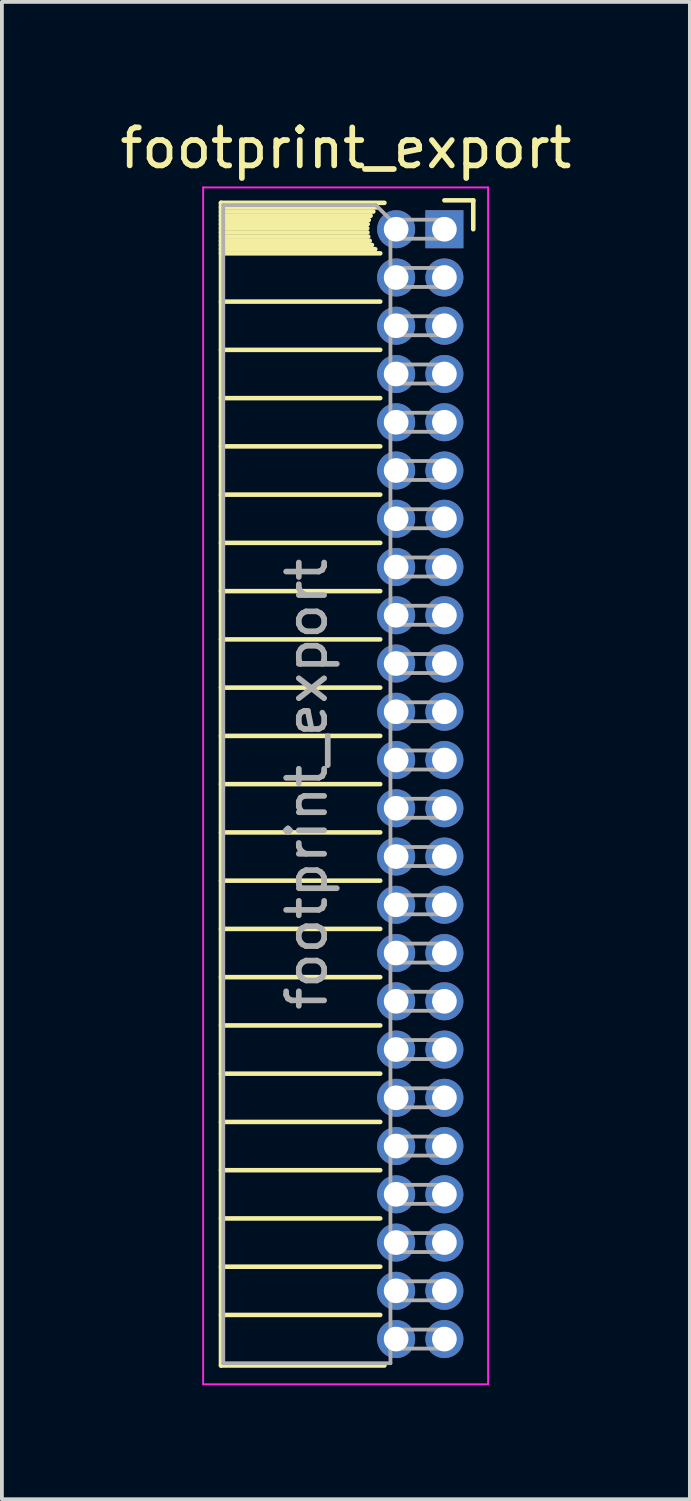
<source format=kicad_pcb>
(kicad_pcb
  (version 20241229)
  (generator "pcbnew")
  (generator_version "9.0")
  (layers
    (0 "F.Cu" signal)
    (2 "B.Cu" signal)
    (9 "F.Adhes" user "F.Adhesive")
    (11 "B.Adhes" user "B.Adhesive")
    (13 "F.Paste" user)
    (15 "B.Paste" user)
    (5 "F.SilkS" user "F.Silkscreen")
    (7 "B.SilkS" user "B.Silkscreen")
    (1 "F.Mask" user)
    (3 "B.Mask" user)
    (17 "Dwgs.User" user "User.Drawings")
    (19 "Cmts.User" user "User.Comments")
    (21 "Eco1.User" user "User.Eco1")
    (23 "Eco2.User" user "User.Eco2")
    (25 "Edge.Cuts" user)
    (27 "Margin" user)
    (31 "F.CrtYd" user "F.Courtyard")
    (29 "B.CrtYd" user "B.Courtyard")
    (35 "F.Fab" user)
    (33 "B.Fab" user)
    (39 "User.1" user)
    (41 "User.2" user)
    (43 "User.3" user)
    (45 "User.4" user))
  (footprint "footprint_export"
    (layer "F.Cu")
    (at 8.646 2.983)
    (property "Reference" "footprint_export" (at -2.592 -2.135 0) (layer "F.SilkS") (effects (font (size 1 1) (thickness 0.15))))
    (attr through_hole)
    (fp_line (start -5.88 -0.695) (end -5.88 29.905) (stroke (width 0.12) (type solid)) (layer "F.SilkS"))
    (fp_line (start -5.88 -0.695) (end -1.578 -0.695) (stroke (width 0.12) (type solid)) (layer "F.SilkS"))
    (fp_line (start -5.88 -0.575) (end -1.767 -0.575) (stroke (width 0.12) (type solid)) (layer "F.SilkS"))
    (fp_line (start -5.88 -0.465) (end -1.871 -0.465) (stroke (width 0.12) (type solid)) (layer "F.SilkS"))
    (fp_line (start -5.88 -0.355) (end -1.942 -0.355) (stroke (width 0.12) (type solid)) (layer "F.SilkS"))
    (fp_line (start -5.88 -0.245) (end -1.989 -0.245) (stroke (width 0.12) (type solid)) (layer "F.SilkS"))
    (fp_line (start -5.88 -0.135) (end -2.018 -0.135) (stroke (width 0.12) (type solid)) (layer "F.SilkS"))
    (fp_line (start -5.88 -0.025) (end -2.03 -0.025) (stroke (width 0.12) (type solid)) (layer "F.SilkS"))
    (fp_line (start -5.88 0.085) (end -2.025 0.085) (stroke (width 0.12) (type solid)) (layer "F.SilkS"))
    (fp_line (start -5.88 0.195) (end -2.005 0.195) (stroke (width 0.12) (type solid)) (layer "F.SilkS"))
    (fp_line (start -5.88 0.305) (end -1.966 0.305) (stroke (width 0.12) (type solid)) (layer "F.SilkS"))
    (fp_line (start -5.88 0.415) (end -1.907 0.415) (stroke (width 0.12) (type solid)) (layer "F.SilkS"))
    (fp_line (start -5.88 0.525) (end -1.82 0.525) (stroke (width 0.12) (type solid)) (layer "F.SilkS"))
    (fp_line (start -5.88 0.635) (end -1.688 0.635) (stroke (width 0.12) (type solid)) (layer "F.SilkS"))
    (fp_line (start -5.88 1.905) (end -1.688 1.905) (stroke (width 0.12) (type solid)) (layer "F.SilkS"))
    (fp_line (start -5.88 3.175) (end -1.688 3.175) (stroke (width 0.12) (type solid)) (layer "F.SilkS"))
    (fp_line (start -5.88 4.445) (end -1.688 4.445) (stroke (width 0.12) (type solid)) (layer "F.SilkS"))
    (fp_line (start -5.88 5.715) (end -1.688 5.715) (stroke (width 0.12) (type solid)) (layer "F.SilkS"))
    (fp_line (start -5.88 6.985) (end -1.688 6.985) (stroke (width 0.12) (type solid)) (layer "F.SilkS"))
    (fp_line (start -5.88 8.255) (end -1.688 8.255) (stroke (width 0.12) (type solid)) (layer "F.SilkS"))
    (fp_line (start -5.88 9.525) (end -1.688 9.525) (stroke (width 0.12) (type solid)) (layer "F.SilkS"))
    (fp_line (start -5.88 10.795) (end -1.688 10.795) (stroke (width 0.12) (type solid)) (layer "F.SilkS"))
    (fp_line (start -5.88 12.065) (end -1.688 12.065) (stroke (width 0.12) (type solid)) (layer "F.SilkS"))
    (fp_line (start -5.88 13.335) (end -1.688 13.335) (stroke (width 0.12) (type solid)) (layer "F.SilkS"))
    (fp_line (start -5.88 14.605) (end -1.688 14.605) (stroke (width 0.12) (type solid)) (layer "F.SilkS"))
    (fp_line (start -5.88 15.875) (end -1.688 15.875) (stroke (width 0.12) (type solid)) (layer "F.SilkS"))
    (fp_line (start -5.88 17.145) (end -1.688 17.145) (stroke (width 0.12) (type solid)) (layer "F.SilkS"))
    (fp_line (start -5.88 18.415) (end -1.688 18.415) (stroke (width 0.12) (type solid)) (layer "F.SilkS"))
    (fp_line (start -5.88 19.685) (end -1.688 19.685) (stroke (width 0.12) (type solid)) (layer "F.SilkS"))
    (fp_line (start -5.88 20.955) (end -1.688 20.955) (stroke (width 0.12) (type solid)) (layer "F.SilkS"))
    (fp_line (start -5.88 22.225) (end -1.688 22.225) (stroke (width 0.12) (type solid)) (layer "F.SilkS"))
    (fp_line (start -5.88 23.495) (end -1.688 23.495) (stroke (width 0.12) (type solid)) (layer "F.SilkS"))
    (fp_line (start -5.88 24.765) (end -1.688 24.765) (stroke (width 0.12) (type solid)) (layer "F.SilkS"))
    (fp_line (start -5.88 26.035) (end -1.688 26.035) (stroke (width 0.12) (type solid)) (layer "F.SilkS"))
    (fp_line (start -5.88 27.305) (end -1.688 27.305) (stroke (width 0.12) (type solid)) (layer "F.SilkS"))
    (fp_line (start -5.88 28.575) (end -1.688 28.575) (stroke (width 0.12) (type solid)) (layer "F.SilkS"))
    (fp_line (start -5.88 29.905) (end -1.578 29.905) (stroke (width 0.12) (type solid)) (layer "F.SilkS"))
    (fp_line (start 0 -0.76) (end 0.76 -0.76) (stroke (width 0.12) (type solid)) (layer "F.SilkS"))
    (fp_line (start 0.76 -0.76) (end 0.76 0) (stroke (width 0.12) (type solid)) (layer "F.SilkS"))
    (fp_line (start -6.35 -1.1) (end -6.35 30.4) (stroke (width 0.05) (type solid)) (layer "F.CrtYd"))
    (fp_line (start -6.35 30.4) (end 1.15 30.4) (stroke (width 0.05) (type solid)) (layer "F.CrtYd"))
    (fp_line (start 1.15 -1.1) (end -6.35 -1.1) (stroke (width 0.05) (type solid)) (layer "F.CrtYd"))
    (fp_line (start 1.15 30.4) (end 1.15 -1.1) (stroke (width 0.05) (type solid)) (layer "F.CrtYd"))
    (fp_line (start -5.82 -0.635) (end -1.805 -0.635) (stroke (width 0.1) (type solid)) (layer "F.Fab"))
    (fp_line (start -5.82 29.845) (end -5.82 -0.635) (stroke (width 0.1) (type solid)) (layer "F.Fab"))
    (fp_line (start -1.805 -0.635) (end -1.42 -0.25) (stroke (width 0.1) (type solid)) (layer "F.Fab"))
    (fp_line (start -1.42 -0.25) (end -1.42 29.845) (stroke (width 0.1) (type solid)) (layer "F.Fab"))
    (fp_line (start -1.42 0.25) (end 0 0.25) (stroke (width 0.1) (type solid)) (layer "F.Fab"))
    (fp_line (start -1.42 1.52) (end 0 1.52) (stroke (width 0.1) (type solid)) (layer "F.Fab"))
    (fp_line (start -1.42 2.79) (end 0 2.79) (stroke (width 0.1) (type solid)) (layer "F.Fab"))
    (fp_line (start -1.42 4.06) (end 0 4.06) (stroke (width 0.1) (type solid)) (layer "F.Fab"))
    (fp_line (start -1.42 5.33) (end 0 5.33) (stroke (width 0.1) (type solid)) (layer "F.Fab"))
    (fp_line (start -1.42 6.6) (end 0 6.6) (stroke (width 0.1) (type solid)) (layer "F.Fab"))
    (fp_line (start -1.42 7.87) (end 0 7.87) (stroke (width 0.1) (type solid)) (layer "F.Fab"))
    (fp_line (start -1.42 9.14) (end 0 9.14) (stroke (width 0.1) (type solid)) (layer "F.Fab"))
    (fp_line (start -1.42 10.41) (end 0 10.41) (stroke (width 0.1) (type solid)) (layer "F.Fab"))
    (fp_line (start -1.42 11.68) (end 0 11.68) (stroke (width 0.1) (type solid)) (layer "F.Fab"))
    (fp_line (start -1.42 12.95) (end 0 12.95) (stroke (width 0.1) (type solid)) (layer "F.Fab"))
    (fp_line (start -1.42 14.22) (end 0 14.22) (stroke (width 0.1) (type solid)) (layer "F.Fab"))
    (fp_line (start -1.42 15.49) (end 0 15.49) (stroke (width 0.1) (type solid)) (layer "F.Fab"))
    (fp_line (start -1.42 16.76) (end 0 16.76) (stroke (width 0.1) (type solid)) (layer "F.Fab"))
    (fp_line (start -1.42 18.03) (end 0 18.03) (stroke (width 0.1) (type solid)) (layer "F.Fab"))
    (fp_line (start -1.42 19.3) (end 0 19.3) (stroke (width 0.1) (type solid)) (layer "F.Fab"))
    (fp_line (start -1.42 20.57) (end 0 20.57) (stroke (width 0.1) (type solid)) (layer "F.Fab"))
    (fp_line (start -1.42 21.84) (end 0 21.84) (stroke (width 0.1) (type solid)) (layer "F.Fab"))
    (fp_line (start -1.42 23.11) (end 0 23.11) (stroke (width 0.1) (type solid)) (layer "F.Fab"))
    (fp_line (start -1.42 24.38) (end 0 24.38) (stroke (width 0.1) (type solid)) (layer "F.Fab"))
    (fp_line (start -1.42 25.65) (end 0 25.65) (stroke (width 0.1) (type solid)) (layer "F.Fab"))
    (fp_line (start -1.42 26.92) (end 0 26.92) (stroke (width 0.1) (type solid)) (layer "F.Fab"))
    (fp_line (start -1.42 28.19) (end 0 28.19) (stroke (width 0.1) (type solid)) (layer "F.Fab"))
    (fp_line (start -1.42 29.46) (end 0 29.46) (stroke (width 0.1) (type solid)) (layer "F.Fab"))
    (fp_line (start -1.42 29.845) (end -5.82 29.845) (stroke (width 0.1) (type solid)) (layer "F.Fab"))
    (fp_line (start 0 -0.25) (end -1.42 -0.25) (stroke (width 0.1) (type solid)) (layer "F.Fab"))
    (fp_line (start 0 0.25) (end 0 -0.25) (stroke (width 0.1) (type solid)) (layer "F.Fab"))
    (fp_line (start 0 1.02) (end -1.42 1.02) (stroke (width 0.1) (type solid)) (layer "F.Fab"))
    (fp_line (start 0 1.52) (end 0 1.02) (stroke (width 0.1) (type solid)) (layer "F.Fab"))
    (fp_line (start 0 2.29) (end -1.42 2.29) (stroke (width 0.1) (type solid)) (layer "F.Fab"))
    (fp_line (start 0 2.79) (end 0 2.29) (stroke (width 0.1) (type solid)) (layer "F.Fab"))
    (fp_line (start 0 3.56) (end -1.42 3.56) (stroke (width 0.1) (type solid)) (layer "F.Fab"))
    (fp_line (start 0 4.06) (end 0 3.56) (stroke (width 0.1) (type solid)) (layer "F.Fab"))
    (fp_line (start 0 4.83) (end -1.42 4.83) (stroke (width 0.1) (type solid)) (layer "F.Fab"))
    (fp_line (start 0 5.33) (end 0 4.83) (stroke (width 0.1) (type solid)) (layer "F.Fab"))
    (fp_line (start 0 6.1) (end -1.42 6.1) (stroke (width 0.1) (type solid)) (layer "F.Fab"))
    (fp_line (start 0 6.6) (end 0 6.1) (stroke (width 0.1) (type solid)) (layer "F.Fab"))
    (fp_line (start 0 7.37) (end -1.42 7.37) (stroke (width 0.1) (type solid)) (layer "F.Fab"))
    (fp_line (start 0 7.87) (end 0 7.37) (stroke (width 0.1) (type solid)) (layer "F.Fab"))
    (fp_line (start 0 8.64) (end -1.42 8.64) (stroke (width 0.1) (type solid)) (layer "F.Fab"))
    (fp_line (start 0 9.14) (end 0 8.64) (stroke (width 0.1) (type solid)) (layer "F.Fab"))
    (fp_line (start 0 9.91) (end -1.42 9.91) (stroke (width 0.1) (type solid)) (layer "F.Fab"))
    (fp_line (start 0 10.41) (end 0 9.91) (stroke (width 0.1) (type solid)) (layer "F.Fab"))
    (fp_line (start 0 11.18) (end -1.42 11.18) (stroke (width 0.1) (type solid)) (layer "F.Fab"))
    (fp_line (start 0 11.68) (end 0 11.18) (stroke (width 0.1) (type solid)) (layer "F.Fab"))
    (fp_line (start 0 12.45) (end -1.42 12.45) (stroke (width 0.1) (type solid)) (layer "F.Fab"))
    (fp_line (start 0 12.95) (end 0 12.45) (stroke (width 0.1) (type solid)) (layer "F.Fab"))
    (fp_line (start 0 13.72) (end -1.42 13.72) (stroke (width 0.1) (type solid)) (layer "F.Fab"))
    (fp_line (start 0 14.22) (end 0 13.72) (stroke (width 0.1) (type solid)) (layer "F.Fab"))
    (fp_line (start 0 14.99) (end -1.42 14.99) (stroke (width 0.1) (type solid)) (layer "F.Fab"))
    (fp_line (start 0 15.49) (end 0 14.99) (stroke (width 0.1) (type solid)) (layer "F.Fab"))
    (fp_line (start 0 16.26) (end -1.42 16.26) (stroke (width 0.1) (type solid)) (layer "F.Fab"))
    (fp_line (start 0 16.76) (end 0 16.26) (stroke (width 0.1) (type solid)) (layer "F.Fab"))
    (fp_line (start 0 17.53) (end -1.42 17.53) (stroke (width 0.1) (type solid)) (layer "F.Fab"))
    (fp_line (start 0 18.03) (end 0 17.53) (stroke (width 0.1) (type solid)) (layer "F.Fab"))
    (fp_line (start 0 18.8) (end -1.42 18.8) (stroke (width 0.1) (type solid)) (layer "F.Fab"))
    (fp_line (start 0 19.3) (end 0 18.8) (stroke (width 0.1) (type solid)) (layer "F.Fab"))
    (fp_line (start 0 20.07) (end -1.42 20.07) (stroke (width 0.1) (type solid)) (layer "F.Fab"))
    (fp_line (start 0 20.57) (end 0 20.07) (stroke (width 0.1) (type solid)) (layer "F.Fab"))
    (fp_line (start 0 21.34) (end -1.42 21.34) (stroke (width 0.1) (type solid)) (layer "F.Fab"))
    (fp_line (start 0 21.84) (end 0 21.34) (stroke (width 0.1) (type solid)) (layer "F.Fab"))
    (fp_line (start 0 22.61) (end -1.42 22.61) (stroke (width 0.1) (type solid)) (layer "F.Fab"))
    (fp_line (start 0 23.11) (end 0 22.61) (stroke (width 0.1) (type solid)) (layer "F.Fab"))
    (fp_line (start 0 23.88) (end -1.42 23.88) (stroke (width 0.1) (type solid)) (layer "F.Fab"))
    (fp_line (start 0 24.38) (end 0 23.88) (stroke (width 0.1) (type solid)) (layer "F.Fab"))
    (fp_line (start 0 25.15) (end -1.42 25.15) (stroke (width 0.1) (type solid)) (layer "F.Fab"))
    (fp_line (start 0 25.65) (end 0 25.15) (stroke (width 0.1) (type solid)) (layer "F.Fab"))
    (fp_line (start 0 26.42) (end -1.42 26.42) (stroke (width 0.1) (type solid)) (layer "F.Fab"))
    (fp_line (start 0 26.92) (end 0 26.42) (stroke (width 0.1) (type solid)) (layer "F.Fab"))
    (fp_line (start 0 27.69) (end -1.42 27.69) (stroke (width 0.1) (type solid)) (layer "F.Fab"))
    (fp_line (start 0 28.19) (end 0 27.69) (stroke (width 0.1) (type solid)) (layer "F.Fab"))
    (fp_line (start 0 28.96) (end -1.42 28.96) (stroke (width 0.1) (type solid)) (layer "F.Fab"))
    (fp_line (start 0 29.46) (end 0 28.96) (stroke (width 0.1) (type solid)) (layer "F.Fab"))
    (fp_text user "${REFERENCE}" (at -3.62 14.605 90) (layer "F.Fab") (effects (font (size 1 1) (thickness 0.15))))
    (pad "1" thru_hole rect (at 0 0) (size 1 1) (drill 0.65) (layers "*.Cu" "*.Mask"))
    (pad "2" thru_hole oval (at -1.27 0) (size 1 1) (drill 0.65) (layers "*.Cu" "*.Mask"))
    (pad "3" thru_hole oval (at 0 1.27) (size 1 1) (drill 0.65) (layers "*.Cu" "*.Mask"))
    (pad "4" thru_hole oval (at -1.27 1.27) (size 1 1) (drill 0.65) (layers "*.Cu" "*.Mask"))
    (pad "5" thru_hole oval (at 0 2.54) (size 1 1) (drill 0.65) (layers "*.Cu" "*.Mask"))
    (pad "6" thru_hole oval (at -1.27 2.54) (size 1 1) (drill 0.65) (layers "*.Cu" "*.Mask"))
    (pad "7" thru_hole oval (at 0 3.81) (size 1 1) (drill 0.65) (layers "*.Cu" "*.Mask"))
    (pad "8" thru_hole oval (at -1.27 3.81) (size 1 1) (drill 0.65) (layers "*.Cu" "*.Mask"))
    (pad "9" thru_hole oval (at 0 5.08) (size 1 1) (drill 0.65) (layers "*.Cu" "*.Mask"))
    (pad "10" thru_hole oval (at -1.27 5.08) (size 1 1) (drill 0.65) (layers "*.Cu" "*.Mask"))
    (pad "11" thru_hole oval (at 0 6.35) (size 1 1) (drill 0.65) (layers "*.Cu" "*.Mask"))
    (pad "12" thru_hole oval (at -1.27 6.35) (size 1 1) (drill 0.65) (layers "*.Cu" "*.Mask"))
    (pad "13" thru_hole oval (at 0 7.62) (size 1 1) (drill 0.65) (layers "*.Cu" "*.Mask"))
    (pad "14" thru_hole oval (at -1.27 7.62) (size 1 1) (drill 0.65) (layers "*.Cu" "*.Mask"))
    (pad "15" thru_hole oval (at 0 8.89) (size 1 1) (drill 0.65) (layers "*.Cu" "*.Mask"))
    (pad "16" thru_hole oval (at -1.27 8.89) (size 1 1) (drill 0.65) (layers "*.Cu" "*.Mask"))
    (pad "17" thru_hole oval (at 0 10.16) (size 1 1) (drill 0.65) (layers "*.Cu" "*.Mask"))
    (pad "18" thru_hole oval (at -1.27 10.16) (size 1 1) (drill 0.65) (layers "*.Cu" "*.Mask"))
    (pad "19" thru_hole oval (at 0 11.43) (size 1 1) (drill 0.65) (layers "*.Cu" "*.Mask"))
    (pad "20" thru_hole oval (at -1.27 11.43) (size 1 1) (drill 0.65) (layers "*.Cu" "*.Mask"))
    (pad "21" thru_hole oval (at 0 12.7) (size 1 1) (drill 0.65) (layers "*.Cu" "*.Mask"))
    (pad "22" thru_hole oval (at -1.27 12.7) (size 1 1) (drill 0.65) (layers "*.Cu" "*.Mask"))
    (pad "23" thru_hole oval (at 0 13.97) (size 1 1) (drill 0.65) (layers "*.Cu" "*.Mask"))
    (pad "24" thru_hole oval (at -1.27 13.97) (size 1 1) (drill 0.65) (layers "*.Cu" "*.Mask"))
    (pad "25" thru_hole oval (at 0 15.24) (size 1 1) (drill 0.65) (layers "*.Cu" "*.Mask"))
    (pad "26" thru_hole oval (at -1.27 15.24) (size 1 1) (drill 0.65) (layers "*.Cu" "*.Mask"))
    (pad "27" thru_hole oval (at 0 16.51) (size 1 1) (drill 0.65) (layers "*.Cu" "*.Mask"))
    (pad "28" thru_hole oval (at -1.27 16.51) (size 1 1) (drill 0.65) (layers "*.Cu" "*.Mask"))
    (pad "29" thru_hole oval (at 0 17.78) (size 1 1) (drill 0.65) (layers "*.Cu" "*.Mask"))
    (pad "30" thru_hole oval (at -1.27 17.78) (size 1 1) (drill 0.65) (layers "*.Cu" "*.Mask"))
    (pad "31" thru_hole oval (at 0 19.05) (size 1 1) (drill 0.65) (layers "*.Cu" "*.Mask"))
    (pad "32" thru_hole oval (at -1.27 19.05) (size 1 1) (drill 0.65) (layers "*.Cu" "*.Mask"))
    (pad "33" thru_hole oval (at 0 20.32) (size 1 1) (drill 0.65) (layers "*.Cu" "*.Mask"))
    (pad "34" thru_hole oval (at -1.27 20.32) (size 1 1) (drill 0.65) (layers "*.Cu" "*.Mask"))
    (pad "35" thru_hole oval (at 0 21.59) (size 1 1) (drill 0.65) (layers "*.Cu" "*.Mask"))
    (pad "36" thru_hole oval (at -1.27 21.59) (size 1 1) (drill 0.65) (layers "*.Cu" "*.Mask"))
    (pad "37" thru_hole oval (at 0 22.86) (size 1 1) (drill 0.65) (layers "*.Cu" "*.Mask"))
    (pad "38" thru_hole oval (at -1.27 22.86) (size 1 1) (drill 0.65) (layers "*.Cu" "*.Mask"))
    (pad "39" thru_hole oval (at 0 24.13) (size 1 1) (drill 0.65) (layers "*.Cu" "*.Mask"))
    (pad "40" thru_hole oval (at -1.27 24.13) (size 1 1) (drill 0.65) (layers "*.Cu" "*.Mask"))
    (pad "41" thru_hole oval (at 0 25.4) (size 1 1) (drill 0.65) (layers "*.Cu" "*.Mask"))
    (pad "42" thru_hole oval (at -1.27 25.4) (size 1 1) (drill 0.65) (layers "*.Cu" "*.Mask"))
    (pad "43" thru_hole oval (at 0 26.67) (size 1 1) (drill 0.65) (layers "*.Cu" "*.Mask"))
    (pad "44" thru_hole oval (at -1.27 26.67) (size 1 1) (drill 0.65) (layers "*.Cu" "*.Mask"))
    (pad "45" thru_hole oval (at 0 27.94) (size 1 1) (drill 0.65) (layers "*.Cu" "*.Mask"))
    (pad "46" thru_hole oval (at -1.27 27.94) (size 1 1) (drill 0.65) (layers "*.Cu" "*.Mask"))
    (pad "47" thru_hole oval (at 0 29.21) (size 1 1) (drill 0.65) (layers "*.Cu" "*.Mask"))
    (pad "48" thru_hole oval (at -1.27 29.21) (size 1 1) (drill 0.65) (layers "*.Cu" "*.Mask")))
  (gr_rect
    (start -3 -3)
    (end 15.107 36.408)
    (stroke (width 0.1) (type default))
    (fill no)
    (layer "Edge.Cuts")))
</source>
